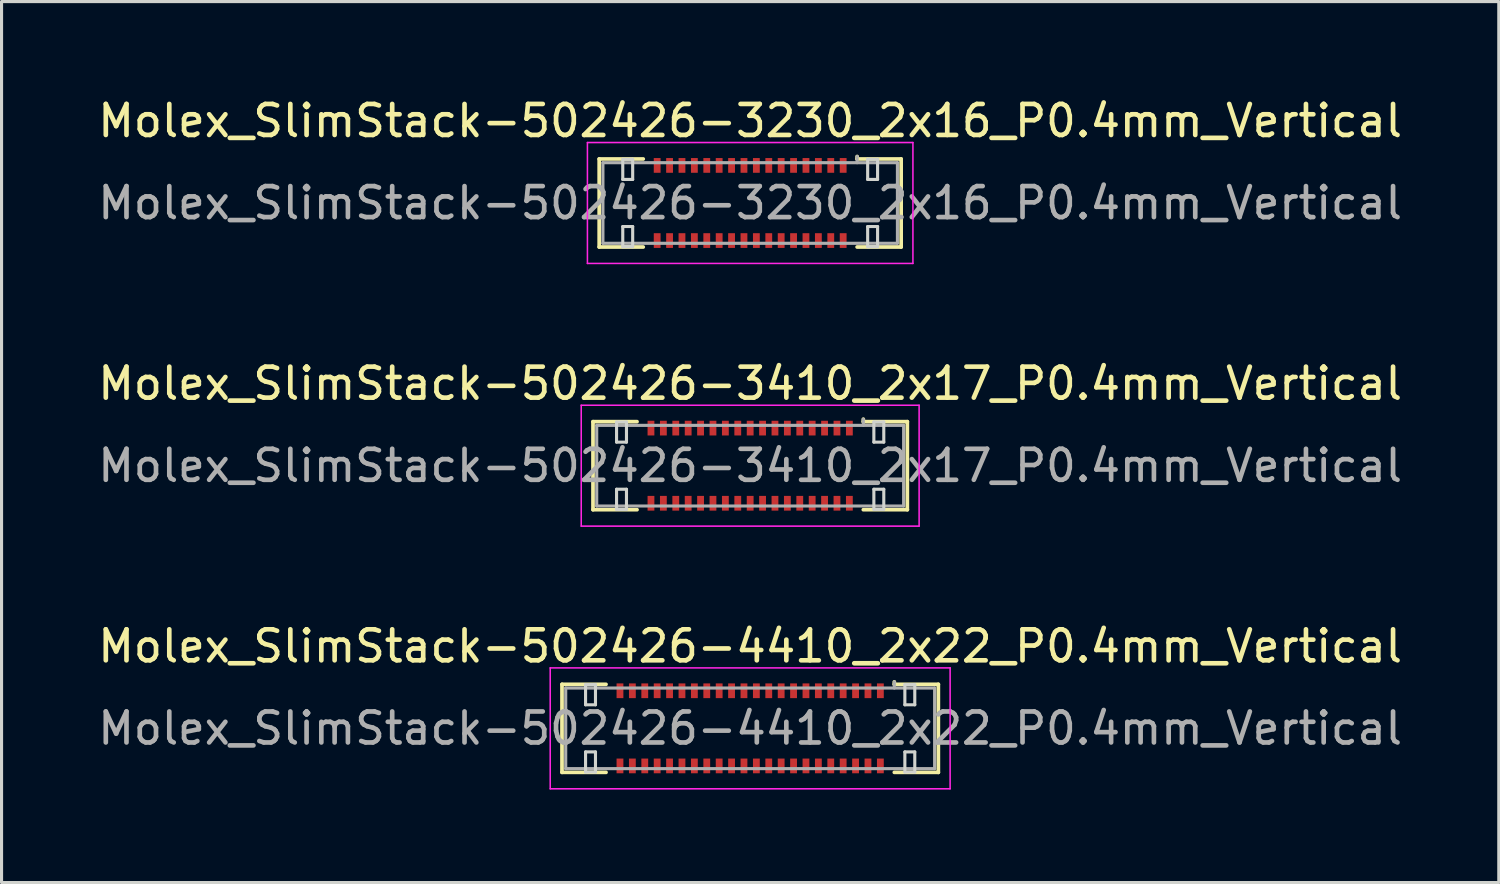
<source format=kicad_pcb>
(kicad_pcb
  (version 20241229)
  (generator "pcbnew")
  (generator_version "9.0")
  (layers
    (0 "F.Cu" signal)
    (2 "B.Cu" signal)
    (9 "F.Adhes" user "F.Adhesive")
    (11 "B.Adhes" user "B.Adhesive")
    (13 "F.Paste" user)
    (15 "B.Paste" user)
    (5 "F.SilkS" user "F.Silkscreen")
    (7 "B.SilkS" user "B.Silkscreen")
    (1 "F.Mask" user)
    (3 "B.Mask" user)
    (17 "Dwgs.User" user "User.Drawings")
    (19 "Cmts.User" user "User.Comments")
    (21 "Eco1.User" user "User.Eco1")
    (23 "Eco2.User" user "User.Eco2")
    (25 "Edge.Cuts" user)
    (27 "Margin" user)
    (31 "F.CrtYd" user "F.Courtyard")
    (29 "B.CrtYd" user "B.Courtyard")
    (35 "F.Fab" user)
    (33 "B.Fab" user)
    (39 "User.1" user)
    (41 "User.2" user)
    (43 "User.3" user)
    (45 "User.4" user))
  (footprint "Molex_SlimStack-502426-3410_2x17_P0.4mm_Vertical"
    (layer "F.Cu")
    (at 21.149 11.972)
    (property "Reference" "Molex_SlimStack-502426-3410_2x17_P0.4mm_Vertical" (at 0 -2.65 0) (layer "F.SilkS") (effects (font (size 1 1) (thickness 0.15))))
    (attr smd)
    (fp_line (start -5.07 -1.42) (end -3.65 -1.42) (stroke (width 0.12) (type solid)) (layer "F.SilkS"))
    (fp_line (start -5.07 1.42) (end -5.07 -1.42) (stroke (width 0.12) (type solid)) (layer "F.SilkS"))
    (fp_line (start -3.65 1.42) (end -5.07 1.42) (stroke (width 0.12) (type solid)) (layer "F.SilkS"))
    (fp_line (start 3.65 -1.42) (end 3.65 -1.5) (stroke (width 0.12) (type solid)) (layer "F.SilkS"))
    (fp_line (start 3.65 1.42) (end 5.07 1.42) (stroke (width 0.12) (type solid)) (layer "F.SilkS"))
    (fp_line (start 5.07 -1.42) (end 3.65 -1.42) (stroke (width 0.12) (type solid)) (layer "F.SilkS"))
    (fp_line (start 5.07 1.42) (end 5.07 -1.42) (stroke (width 0.12) (type solid)) (layer "F.SilkS"))
    (fp_line (start -4.31 -1.41) (end -4.31 -0.76) (stroke (width 0.1) (type solid)) (layer "Edge.Cuts"))
    (fp_line (start -4.31 -0.76) (end -3.99 -0.76) (stroke (width 0.1) (type solid)) (layer "Edge.Cuts"))
    (fp_line (start -4.31 0.76) (end -4.31 1.41) (stroke (width 0.1) (type solid)) (layer "Edge.Cuts"))
    (fp_line (start -4.31 1.41) (end -3.99 1.41) (stroke (width 0.1) (type solid)) (layer "Edge.Cuts"))
    (fp_line (start -3.99 -1.41) (end -4.31 -1.41) (stroke (width 0.1) (type solid)) (layer "Edge.Cuts"))
    (fp_line (start -3.99 -0.76) (end -3.99 -1.41) (stroke (width 0.1) (type solid)) (layer "Edge.Cuts"))
    (fp_line (start -3.99 0.76) (end -4.31 0.76) (stroke (width 0.1) (type solid)) (layer "Edge.Cuts"))
    (fp_line (start -3.99 1.41) (end -3.99 0.76) (stroke (width 0.1) (type solid)) (layer "Edge.Cuts"))
    (fp_line (start 3.99 -1.41) (end 3.99 -0.76) (stroke (width 0.1) (type solid)) (layer "Edge.Cuts"))
    (fp_line (start 3.99 -0.76) (end 4.31 -0.76) (stroke (width 0.1) (type solid)) (layer "Edge.Cuts"))
    (fp_line (start 3.99 0.76) (end 3.99 1.41) (stroke (width 0.1) (type solid)) (layer "Edge.Cuts"))
    (fp_line (start 3.99 1.41) (end 4.31 1.41) (stroke (width 0.1) (type solid)) (layer "Edge.Cuts"))
    (fp_line (start 4.31 -1.41) (end 3.99 -1.41) (stroke (width 0.1) (type solid)) (layer "Edge.Cuts"))
    (fp_line (start 4.31 -0.76) (end 4.31 -1.41) (stroke (width 0.1) (type solid)) (layer "Edge.Cuts"))
    (fp_line (start 4.31 0.76) (end 3.99 0.76) (stroke (width 0.1) (type solid)) (layer "Edge.Cuts"))
    (fp_line (start 4.31 1.41) (end 4.31 0.76) (stroke (width 0.1) (type solid)) (layer "Edge.Cuts"))
    (fp_line (start -5.45 -1.95) (end -5.45 1.95) (stroke (width 0.05) (type solid)) (layer "F.CrtYd"))
    (fp_line (start -5.45 1.95) (end 5.45 1.95) (stroke (width 0.05) (type solid)) (layer "F.CrtYd"))
    (fp_line (start 5.45 -1.95) (end -5.45 -1.95) (stroke (width 0.05) (type solid)) (layer "F.CrtYd"))
    (fp_line (start 5.45 1.95) (end 5.45 -1.95) (stroke (width 0.05) (type solid)) (layer "F.CrtYd"))
    (fp_line (start -4.95 -1.3) (end -4.95 1.3) (stroke (width 0.1) (type solid)) (layer "F.Fab"))
    (fp_line (start -4.95 1.3) (end 4.95 1.3) (stroke (width 0.1) (type solid)) (layer "F.Fab"))
    (fp_line (start 3.65 -1.3) (end 3.65 -1.5) (stroke (width 0.1) (type solid)) (layer "F.Fab"))
    (fp_line (start 4.95 -1.3) (end -4.95 -1.3) (stroke (width 0.1) (type solid)) (layer "F.Fab"))
    (fp_line (start 4.95 1.3) (end 4.95 -1.3) (stroke (width 0.1) (type solid)) (layer "F.Fab"))
    (fp_text user "${REFERENCE}" (at 0 0 0) (layer "F.Fab") (effects (font (size 1 1) (thickness 0.15))))
    (pad "1" smd rect (at 3.2 -1.212) (size 0.22 0.475) (layers "F.Cu" "F.Mask" "F.Paste"))
    (pad "2" smd rect (at 3.2 1.212) (size 0.22 0.475) (layers "F.Cu" "F.Mask" "F.Paste"))
    (pad "3" smd rect (at 2.8 -1.212) (size 0.22 0.475) (layers "F.Cu" "F.Mask" "F.Paste"))
    (pad "4" smd rect (at 2.8 1.212) (size 0.22 0.475) (layers "F.Cu" "F.Mask" "F.Paste"))
    (pad "5" smd rect (at 2.4 -1.212) (size 0.22 0.475) (layers "F.Cu" "F.Mask" "F.Paste"))
    (pad "6" smd rect (at 2.4 1.212) (size 0.22 0.475) (layers "F.Cu" "F.Mask" "F.Paste"))
    (pad "7" smd rect (at 2 -1.212) (size 0.22 0.475) (layers "F.Cu" "F.Mask" "F.Paste"))
    (pad "8" smd rect (at 2 1.212) (size 0.22 0.475) (layers "F.Cu" "F.Mask" "F.Paste"))
    (pad "9" smd rect (at 1.6 -1.212) (size 0.22 0.475) (layers "F.Cu" "F.Mask" "F.Paste"))
    (pad "10" smd rect (at 1.6 1.212) (size 0.22 0.475) (layers "F.Cu" "F.Mask" "F.Paste"))
    (pad "11" smd rect (at 1.2 -1.212) (size 0.22 0.475) (layers "F.Cu" "F.Mask" "F.Paste"))
    (pad "12" smd rect (at 1.2 1.212) (size 0.22 0.475) (layers "F.Cu" "F.Mask" "F.Paste"))
    (pad "13" smd rect (at 0.8 -1.212) (size 0.22 0.475) (layers "F.Cu" "F.Mask" "F.Paste"))
    (pad "14" smd rect (at 0.8 1.212) (size 0.22 0.475) (layers "F.Cu" "F.Mask" "F.Paste"))
    (pad "15" smd rect (at 0.4 -1.212) (size 0.22 0.475) (layers "F.Cu" "F.Mask" "F.Paste"))
    (pad "16" smd rect (at 0.4 1.212) (size 0.22 0.475) (layers "F.Cu" "F.Mask" "F.Paste"))
    (pad "17" smd rect (at 0 -1.212) (size 0.22 0.475) (layers "F.Cu" "F.Mask" "F.Paste"))
    (pad "18" smd rect (at 0 1.212) (size 0.22 0.475) (layers "F.Cu" "F.Mask" "F.Paste"))
    (pad "19" smd rect (at -0.4 -1.212) (size 0.22 0.475) (layers "F.Cu" "F.Mask" "F.Paste"))
    (pad "20" smd rect (at -0.4 1.212) (size 0.22 0.475) (layers "F.Cu" "F.Mask" "F.Paste"))
    (pad "21" smd rect (at -0.8 -1.212) (size 0.22 0.475) (layers "F.Cu" "F.Mask" "F.Paste"))
    (pad "22" smd rect (at -0.8 1.212) (size 0.22 0.475) (layers "F.Cu" "F.Mask" "F.Paste"))
    (pad "23" smd rect (at -1.2 -1.212) (size 0.22 0.475) (layers "F.Cu" "F.Mask" "F.Paste"))
    (pad "24" smd rect (at -1.2 1.212) (size 0.22 0.475) (layers "F.Cu" "F.Mask" "F.Paste"))
    (pad "25" smd rect (at -1.6 -1.212) (size 0.22 0.475) (layers "F.Cu" "F.Mask" "F.Paste"))
    (pad "26" smd rect (at -1.6 1.212) (size 0.22 0.475) (layers "F.Cu" "F.Mask" "F.Paste"))
    (pad "27" smd rect (at -2 -1.212) (size 0.22 0.475) (layers "F.Cu" "F.Mask" "F.Paste"))
    (pad "28" smd rect (at -2 1.212) (size 0.22 0.475) (layers "F.Cu" "F.Mask" "F.Paste"))
    (pad "29" smd rect (at -2.4 -1.212) (size 0.22 0.475) (layers "F.Cu" "F.Mask" "F.Paste"))
    (pad "30" smd rect (at -2.4 1.212) (size 0.22 0.475) (layers "F.Cu" "F.Mask" "F.Paste"))
    (pad "31" smd rect (at -2.8 -1.212) (size 0.22 0.475) (layers "F.Cu" "F.Mask" "F.Paste"))
    (pad "32" smd rect (at -2.8 1.212) (size 0.22 0.475) (layers "F.Cu" "F.Mask" "F.Paste"))
    (pad "33" smd rect (at -3.2 -1.212) (size 0.22 0.475) (layers "F.Cu" "F.Mask" "F.Paste"))
    (pad "34" smd rect (at -3.2 1.212) (size 0.22 0.475) (layers "F.Cu" "F.Mask" "F.Paste")))
  (footprint "Molex_SlimStack-502426-4410_2x22_P0.4mm_Vertical"
    (layer "F.Cu")
    (at 21.149 20.445)
    (property "Reference" "Molex_SlimStack-502426-4410_2x22_P0.4mm_Vertical" (at 0 -2.65 0) (layer "F.SilkS") (effects (font (size 1 1) (thickness 0.15))))
    (attr smd)
    (fp_line (start -6.07 -1.42) (end -4.65 -1.42) (stroke (width 0.12) (type solid)) (layer "F.SilkS"))
    (fp_line (start -6.07 1.42) (end -6.07 -1.42) (stroke (width 0.12) (type solid)) (layer "F.SilkS"))
    (fp_line (start -4.65 1.42) (end -6.07 1.42) (stroke (width 0.12) (type solid)) (layer "F.SilkS"))
    (fp_line (start 4.65 -1.42) (end 4.65 -1.5) (stroke (width 0.12) (type solid)) (layer "F.SilkS"))
    (fp_line (start 4.65 1.42) (end 6.07 1.42) (stroke (width 0.12) (type solid)) (layer "F.SilkS"))
    (fp_line (start 6.07 -1.42) (end 4.65 -1.42) (stroke (width 0.12) (type solid)) (layer "F.SilkS"))
    (fp_line (start 6.07 1.42) (end 6.07 -1.42) (stroke (width 0.12) (type solid)) (layer "F.SilkS"))
    (fp_line (start -5.31 -1.41) (end -5.31 -0.76) (stroke (width 0.1) (type solid)) (layer "Edge.Cuts"))
    (fp_line (start -5.31 -0.76) (end -4.99 -0.76) (stroke (width 0.1) (type solid)) (layer "Edge.Cuts"))
    (fp_line (start -5.31 0.76) (end -5.31 1.41) (stroke (width 0.1) (type solid)) (layer "Edge.Cuts"))
    (fp_line (start -5.31 1.41) (end -4.99 1.41) (stroke (width 0.1) (type solid)) (layer "Edge.Cuts"))
    (fp_line (start -4.99 -1.41) (end -5.31 -1.41) (stroke (width 0.1) (type solid)) (layer "Edge.Cuts"))
    (fp_line (start -4.99 -0.76) (end -4.99 -1.41) (stroke (width 0.1) (type solid)) (layer "Edge.Cuts"))
    (fp_line (start -4.99 0.76) (end -5.31 0.76) (stroke (width 0.1) (type solid)) (layer "Edge.Cuts"))
    (fp_line (start -4.99 1.41) (end -4.99 0.76) (stroke (width 0.1) (type solid)) (layer "Edge.Cuts"))
    (fp_line (start 4.99 -1.41) (end 4.99 -0.76) (stroke (width 0.1) (type solid)) (layer "Edge.Cuts"))
    (fp_line (start 4.99 -0.76) (end 5.31 -0.76) (stroke (width 0.1) (type solid)) (layer "Edge.Cuts"))
    (fp_line (start 4.99 0.76) (end 4.99 1.41) (stroke (width 0.1) (type solid)) (layer "Edge.Cuts"))
    (fp_line (start 4.99 1.41) (end 5.31 1.41) (stroke (width 0.1) (type solid)) (layer "Edge.Cuts"))
    (fp_line (start 5.31 -1.41) (end 4.99 -1.41) (stroke (width 0.1) (type solid)) (layer "Edge.Cuts"))
    (fp_line (start 5.31 -0.76) (end 5.31 -1.41) (stroke (width 0.1) (type solid)) (layer "Edge.Cuts"))
    (fp_line (start 5.31 0.76) (end 4.99 0.76) (stroke (width 0.1) (type solid)) (layer "Edge.Cuts"))
    (fp_line (start 5.31 1.41) (end 5.31 0.76) (stroke (width 0.1) (type solid)) (layer "Edge.Cuts"))
    (fp_line (start -6.45 -1.95) (end -6.45 1.95) (stroke (width 0.05) (type solid)) (layer "F.CrtYd"))
    (fp_line (start -6.45 1.95) (end 6.45 1.95) (stroke (width 0.05) (type solid)) (layer "F.CrtYd"))
    (fp_line (start 6.45 -1.95) (end -6.45 -1.95) (stroke (width 0.05) (type solid)) (layer "F.CrtYd"))
    (fp_line (start 6.45 1.95) (end 6.45 -1.95) (stroke (width 0.05) (type solid)) (layer "F.CrtYd"))
    (fp_line (start -5.95 -1.3) (end -5.95 1.3) (stroke (width 0.1) (type solid)) (layer "F.Fab"))
    (fp_line (start -5.95 1.3) (end 5.95 1.3) (stroke (width 0.1) (type solid)) (layer "F.Fab"))
    (fp_line (start 4.65 -1.3) (end 4.65 -1.5) (stroke (width 0.1) (type solid)) (layer "F.Fab"))
    (fp_line (start 5.95 -1.3) (end -5.95 -1.3) (stroke (width 0.1) (type solid)) (layer "F.Fab"))
    (fp_line (start 5.95 1.3) (end 5.95 -1.3) (stroke (width 0.1) (type solid)) (layer "F.Fab"))
    (fp_text user "${REFERENCE}" (at 0 0 0) (layer "F.Fab") (effects (font (size 1 1) (thickness 0.15))))
    (pad "1" smd rect (at 4.2 -1.212) (size 0.22 0.475) (layers "F.Cu" "F.Mask" "F.Paste"))
    (pad "2" smd rect (at 4.2 1.212) (size 0.22 0.475) (layers "F.Cu" "F.Mask" "F.Paste"))
    (pad "3" smd rect (at 3.8 -1.212) (size 0.22 0.475) (layers "F.Cu" "F.Mask" "F.Paste"))
    (pad "4" smd rect (at 3.8 1.212) (size 0.22 0.475) (layers "F.Cu" "F.Mask" "F.Paste"))
    (pad "5" smd rect (at 3.4 -1.212) (size 0.22 0.475) (layers "F.Cu" "F.Mask" "F.Paste"))
    (pad "6" smd rect (at 3.4 1.212) (size 0.22 0.475) (layers "F.Cu" "F.Mask" "F.Paste"))
    (pad "7" smd rect (at 3 -1.212) (size 0.22 0.475) (layers "F.Cu" "F.Mask" "F.Paste"))
    (pad "8" smd rect (at 3 1.212) (size 0.22 0.475) (layers "F.Cu" "F.Mask" "F.Paste"))
    (pad "9" smd rect (at 2.6 -1.212) (size 0.22 0.475) (layers "F.Cu" "F.Mask" "F.Paste"))
    (pad "10" smd rect (at 2.6 1.212) (size 0.22 0.475) (layers "F.Cu" "F.Mask" "F.Paste"))
    (pad "11" smd rect (at 2.2 -1.212) (size 0.22 0.475) (layers "F.Cu" "F.Mask" "F.Paste"))
    (pad "12" smd rect (at 2.2 1.212) (size 0.22 0.475) (layers "F.Cu" "F.Mask" "F.Paste"))
    (pad "13" smd rect (at 1.8 -1.212) (size 0.22 0.475) (layers "F.Cu" "F.Mask" "F.Paste"))
    (pad "14" smd rect (at 1.8 1.212) (size 0.22 0.475) (layers "F.Cu" "F.Mask" "F.Paste"))
    (pad "15" smd rect (at 1.4 -1.212) (size 0.22 0.475) (layers "F.Cu" "F.Mask" "F.Paste"))
    (pad "16" smd rect (at 1.4 1.212) (size 0.22 0.475) (layers "F.Cu" "F.Mask" "F.Paste"))
    (pad "17" smd rect (at 1 -1.212) (size 0.22 0.475) (layers "F.Cu" "F.Mask" "F.Paste"))
    (pad "18" smd rect (at 1 1.212) (size 0.22 0.475) (layers "F.Cu" "F.Mask" "F.Paste"))
    (pad "19" smd rect (at 0.6 -1.212) (size 0.22 0.475) (layers "F.Cu" "F.Mask" "F.Paste"))
    (pad "20" smd rect (at 0.6 1.212) (size 0.22 0.475) (layers "F.Cu" "F.Mask" "F.Paste"))
    (pad "21" smd rect (at 0.2 -1.212) (size 0.22 0.475) (layers "F.Cu" "F.Mask" "F.Paste"))
    (pad "22" smd rect (at 0.2 1.212) (size 0.22 0.475) (layers "F.Cu" "F.Mask" "F.Paste"))
    (pad "23" smd rect (at -0.2 -1.212) (size 0.22 0.475) (layers "F.Cu" "F.Mask" "F.Paste"))
    (pad "24" smd rect (at -0.2 1.212) (size 0.22 0.475) (layers "F.Cu" "F.Mask" "F.Paste"))
    (pad "25" smd rect (at -0.6 -1.212) (size 0.22 0.475) (layers "F.Cu" "F.Mask" "F.Paste"))
    (pad "26" smd rect (at -0.6 1.212) (size 0.22 0.475) (layers "F.Cu" "F.Mask" "F.Paste"))
    (pad "27" smd rect (at -1 -1.212) (size 0.22 0.475) (layers "F.Cu" "F.Mask" "F.Paste"))
    (pad "28" smd rect (at -1 1.212) (size 0.22 0.475) (layers "F.Cu" "F.Mask" "F.Paste"))
    (pad "29" smd rect (at -1.4 -1.212) (size 0.22 0.475) (layers "F.Cu" "F.Mask" "F.Paste"))
    (pad "30" smd rect (at -1.4 1.212) (size 0.22 0.475) (layers "F.Cu" "F.Mask" "F.Paste"))
    (pad "31" smd rect (at -1.8 -1.212) (size 0.22 0.475) (layers "F.Cu" "F.Mask" "F.Paste"))
    (pad "32" smd rect (at -1.8 1.212) (size 0.22 0.475) (layers "F.Cu" "F.Mask" "F.Paste"))
    (pad "33" smd rect (at -2.2 -1.212) (size 0.22 0.475) (layers "F.Cu" "F.Mask" "F.Paste"))
    (pad "34" smd rect (at -2.2 1.212) (size 0.22 0.475) (layers "F.Cu" "F.Mask" "F.Paste"))
    (pad "35" smd rect (at -2.6 -1.212) (size 0.22 0.475) (layers "F.Cu" "F.Mask" "F.Paste"))
    (pad "36" smd rect (at -2.6 1.212) (size 0.22 0.475) (layers "F.Cu" "F.Mask" "F.Paste"))
    (pad "37" smd rect (at -3 -1.212) (size 0.22 0.475) (layers "F.Cu" "F.Mask" "F.Paste"))
    (pad "38" smd rect (at -3 1.212) (size 0.22 0.475) (layers "F.Cu" "F.Mask" "F.Paste"))
    (pad "39" smd rect (at -3.4 -1.212) (size 0.22 0.475) (layers "F.Cu" "F.Mask" "F.Paste"))
    (pad "40" smd rect (at -3.4 1.212) (size 0.22 0.475) (layers "F.Cu" "F.Mask" "F.Paste"))
    (pad "41" smd rect (at -3.8 -1.212) (size 0.22 0.475) (layers "F.Cu" "F.Mask" "F.Paste"))
    (pad "42" smd rect (at -3.8 1.212) (size 0.22 0.475) (layers "F.Cu" "F.Mask" "F.Paste"))
    (pad "43" smd rect (at -4.2 -1.212) (size 0.22 0.475) (layers "F.Cu" "F.Mask" "F.Paste"))
    (pad "44" smd rect (at -4.2 1.212) (size 0.22 0.475) (layers "F.Cu" "F.Mask" "F.Paste")))
  (footprint "Molex_SlimStack-502426-3230_2x16_P0.4mm_Vertical"
    (layer "F.Cu")
    (at 21.149 3.498)
    (property "Reference" "Molex_SlimStack-502426-3230_2x16_P0.4mm_Vertical" (at 0 -2.65 0) (layer "F.SilkS") (effects (font (size 1 1) (thickness 0.15))))
    (attr smd)
    (fp_line (start -4.87 -1.42) (end -3.45 -1.42) (stroke (width 0.12) (type solid)) (layer "F.SilkS"))
    (fp_line (start -4.87 1.42) (end -4.87 -1.42) (stroke (width 0.12) (type solid)) (layer "F.SilkS"))
    (fp_line (start -3.45 1.42) (end -4.87 1.42) (stroke (width 0.12) (type solid)) (layer "F.SilkS"))
    (fp_line (start 3.45 -1.42) (end 3.45 -1.5) (stroke (width 0.12) (type solid)) (layer "F.SilkS"))
    (fp_line (start 3.45 1.42) (end 4.87 1.42) (stroke (width 0.12) (type solid)) (layer "F.SilkS"))
    (fp_line (start 4.87 -1.42) (end 3.45 -1.42) (stroke (width 0.12) (type solid)) (layer "F.SilkS"))
    (fp_line (start 4.87 1.42) (end 4.87 -1.42) (stroke (width 0.12) (type solid)) (layer "F.SilkS"))
    (fp_line (start -4.11 -1.41) (end -4.11 -0.76) (stroke (width 0.1) (type solid)) (layer "Edge.Cuts"))
    (fp_line (start -4.11 -0.76) (end -3.79 -0.76) (stroke (width 0.1) (type solid)) (layer "Edge.Cuts"))
    (fp_line (start -4.11 0.76) (end -4.11 1.41) (stroke (width 0.1) (type solid)) (layer "Edge.Cuts"))
    (fp_line (start -4.11 1.41) (end -3.79 1.41) (stroke (width 0.1) (type solid)) (layer "Edge.Cuts"))
    (fp_line (start -3.79 -1.41) (end -4.11 -1.41) (stroke (width 0.1) (type solid)) (layer "Edge.Cuts"))
    (fp_line (start -3.79 -0.76) (end -3.79 -1.41) (stroke (width 0.1) (type solid)) (layer "Edge.Cuts"))
    (fp_line (start -3.79 0.76) (end -4.11 0.76) (stroke (width 0.1) (type solid)) (layer "Edge.Cuts"))
    (fp_line (start -3.79 1.41) (end -3.79 0.76) (stroke (width 0.1) (type solid)) (layer "Edge.Cuts"))
    (fp_line (start 3.79 -1.41) (end 3.79 -0.76) (stroke (width 0.1) (type solid)) (layer "Edge.Cuts"))
    (fp_line (start 3.79 -0.76) (end 4.11 -0.76) (stroke (width 0.1) (type solid)) (layer "Edge.Cuts"))
    (fp_line (start 3.79 0.76) (end 3.79 1.41) (stroke (width 0.1) (type solid)) (layer "Edge.Cuts"))
    (fp_line (start 3.79 1.41) (end 4.11 1.41) (stroke (width 0.1) (type solid)) (layer "Edge.Cuts"))
    (fp_line (start 4.11 -1.41) (end 3.79 -1.41) (stroke (width 0.1) (type solid)) (layer "Edge.Cuts"))
    (fp_line (start 4.11 -0.76) (end 4.11 -1.41) (stroke (width 0.1) (type solid)) (layer "Edge.Cuts"))
    (fp_line (start 4.11 0.76) (end 3.79 0.76) (stroke (width 0.1) (type solid)) (layer "Edge.Cuts"))
    (fp_line (start 4.11 1.41) (end 4.11 0.76) (stroke (width 0.1) (type solid)) (layer "Edge.Cuts"))
    (fp_line (start -5.25 -1.95) (end -5.25 1.95) (stroke (width 0.05) (type solid)) (layer "F.CrtYd"))
    (fp_line (start -5.25 1.95) (end 5.25 1.95) (stroke (width 0.05) (type solid)) (layer "F.CrtYd"))
    (fp_line (start 5.25 -1.95) (end -5.25 -1.95) (stroke (width 0.05) (type solid)) (layer "F.CrtYd"))
    (fp_line (start 5.25 1.95) (end 5.25 -1.95) (stroke (width 0.05) (type solid)) (layer "F.CrtYd"))
    (fp_line (start -4.75 -1.3) (end -4.75 1.3) (stroke (width 0.1) (type solid)) (layer "F.Fab"))
    (fp_line (start -4.75 1.3) (end 4.75 1.3) (stroke (width 0.1) (type solid)) (layer "F.Fab"))
    (fp_line (start 3.45 -1.3) (end 3.45 -1.5) (stroke (width 0.1) (type solid)) (layer "F.Fab"))
    (fp_line (start 4.75 -1.3) (end -4.75 -1.3) (stroke (width 0.1) (type solid)) (layer "F.Fab"))
    (fp_line (start 4.75 1.3) (end 4.75 -1.3) (stroke (width 0.1) (type solid)) (layer "F.Fab"))
    (fp_text user "${REFERENCE}" (at 0 0 0) (layer "F.Fab") (effects (font (size 1 1) (thickness 0.15))))
    (pad "1" smd rect (at 3 -1.212) (size 0.22 0.475) (layers "F.Cu" "F.Mask" "F.Paste"))
    (pad "2" smd rect (at 3 1.212) (size 0.22 0.475) (layers "F.Cu" "F.Mask" "F.Paste"))
    (pad "3" smd rect (at 2.6 -1.212) (size 0.22 0.475) (layers "F.Cu" "F.Mask" "F.Paste"))
    (pad "4" smd rect (at 2.6 1.212) (size 0.22 0.475) (layers "F.Cu" "F.Mask" "F.Paste"))
    (pad "5" smd rect (at 2.2 -1.212) (size 0.22 0.475) (layers "F.Cu" "F.Mask" "F.Paste"))
    (pad "6" smd rect (at 2.2 1.212) (size 0.22 0.475) (layers "F.Cu" "F.Mask" "F.Paste"))
    (pad "7" smd rect (at 1.8 -1.212) (size 0.22 0.475) (layers "F.Cu" "F.Mask" "F.Paste"))
    (pad "8" smd rect (at 1.8 1.212) (size 0.22 0.475) (layers "F.Cu" "F.Mask" "F.Paste"))
    (pad "9" smd rect (at 1.4 -1.212) (size 0.22 0.475) (layers "F.Cu" "F.Mask" "F.Paste"))
    (pad "10" smd rect (at 1.4 1.212) (size 0.22 0.475) (layers "F.Cu" "F.Mask" "F.Paste"))
    (pad "11" smd rect (at 1 -1.212) (size 0.22 0.475) (layers "F.Cu" "F.Mask" "F.Paste"))
    (pad "12" smd rect (at 1 1.212) (size 0.22 0.475) (layers "F.Cu" "F.Mask" "F.Paste"))
    (pad "13" smd rect (at 0.6 -1.212) (size 0.22 0.475) (layers "F.Cu" "F.Mask" "F.Paste"))
    (pad "14" smd rect (at 0.6 1.212) (size 0.22 0.475) (layers "F.Cu" "F.Mask" "F.Paste"))
    (pad "15" smd rect (at 0.2 -1.212) (size 0.22 0.475) (layers "F.Cu" "F.Mask" "F.Paste"))
    (pad "16" smd rect (at 0.2 1.212) (size 0.22 0.475) (layers "F.Cu" "F.Mask" "F.Paste"))
    (pad "17" smd rect (at -0.2 -1.212) (size 0.22 0.475) (layers "F.Cu" "F.Mask" "F.Paste"))
    (pad "18" smd rect (at -0.2 1.212) (size 0.22 0.475) (layers "F.Cu" "F.Mask" "F.Paste"))
    (pad "19" smd rect (at -0.6 -1.212) (size 0.22 0.475) (layers "F.Cu" "F.Mask" "F.Paste"))
    (pad "20" smd rect (at -0.6 1.212) (size 0.22 0.475) (layers "F.Cu" "F.Mask" "F.Paste"))
    (pad "21" smd rect (at -1 -1.212) (size 0.22 0.475) (layers "F.Cu" "F.Mask" "F.Paste"))
    (pad "22" smd rect (at -1 1.212) (size 0.22 0.475) (layers "F.Cu" "F.Mask" "F.Paste"))
    (pad "23" smd rect (at -1.4 -1.212) (size 0.22 0.475) (layers "F.Cu" "F.Mask" "F.Paste"))
    (pad "24" smd rect (at -1.4 1.212) (size 0.22 0.475) (layers "F.Cu" "F.Mask" "F.Paste"))
    (pad "25" smd rect (at -1.8 -1.212) (size 0.22 0.475) (layers "F.Cu" "F.Mask" "F.Paste"))
    (pad "26" smd rect (at -1.8 1.212) (size 0.22 0.475) (layers "F.Cu" "F.Mask" "F.Paste"))
    (pad "27" smd rect (at -2.2 -1.212) (size 0.22 0.475) (layers "F.Cu" "F.Mask" "F.Paste"))
    (pad "28" smd rect (at -2.2 1.212) (size 0.22 0.475) (layers "F.Cu" "F.Mask" "F.Paste"))
    (pad "29" smd rect (at -2.6 -1.212) (size 0.22 0.475) (layers "F.Cu" "F.Mask" "F.Paste"))
    (pad "30" smd rect (at -2.6 1.212) (size 0.22 0.475) (layers "F.Cu" "F.Mask" "F.Paste"))
    (pad "31" smd rect (at -3 -1.212) (size 0.22 0.475) (layers "F.Cu" "F.Mask" "F.Paste"))
    (pad "32" smd rect (at -3 1.212) (size 0.22 0.475) (layers "F.Cu" "F.Mask" "F.Paste")))
  (gr_rect
    (start -3 -3)
    (end 45.298 25.42)
    (stroke (width 0.1) (type default))
    (fill no)
    (layer "Edge.Cuts")))
</source>
